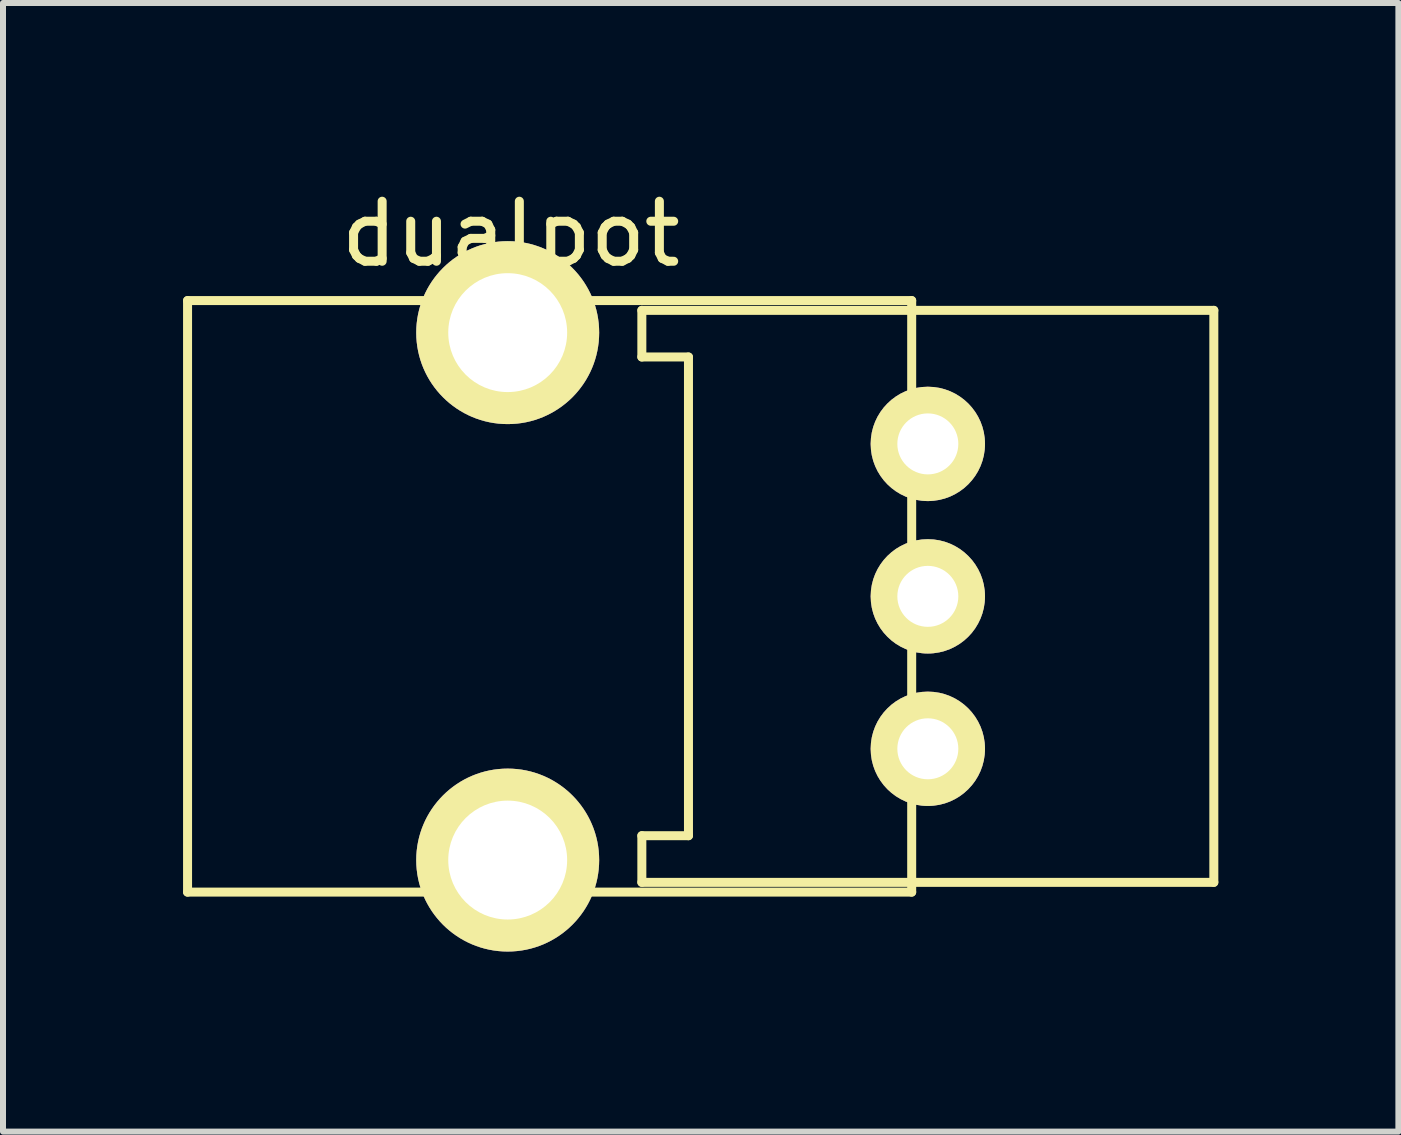
<source format=kicad_pcb>
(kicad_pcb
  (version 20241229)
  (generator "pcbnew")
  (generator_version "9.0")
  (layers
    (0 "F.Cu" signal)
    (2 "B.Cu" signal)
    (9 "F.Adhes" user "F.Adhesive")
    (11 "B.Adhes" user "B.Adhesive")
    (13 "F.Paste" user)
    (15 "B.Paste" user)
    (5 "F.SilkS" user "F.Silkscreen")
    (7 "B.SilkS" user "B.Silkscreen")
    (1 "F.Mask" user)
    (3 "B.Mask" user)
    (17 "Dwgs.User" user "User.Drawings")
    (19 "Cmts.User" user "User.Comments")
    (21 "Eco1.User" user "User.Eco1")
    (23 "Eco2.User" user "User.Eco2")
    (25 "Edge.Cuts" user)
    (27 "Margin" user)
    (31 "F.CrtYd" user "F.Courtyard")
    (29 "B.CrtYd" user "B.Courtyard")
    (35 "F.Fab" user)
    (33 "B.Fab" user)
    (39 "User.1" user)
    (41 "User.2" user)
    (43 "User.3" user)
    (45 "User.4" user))
  (footprint "dualpot"
    (layer "F.Cu")
    (at 5.409 6.886)
    (property "Reference" "dualpot" (at 0.051 -6.038 0) (layer "F.SilkS") (effects (font (size 1 1) (thickness 0.15))))
    (attr through_hole)
    (fp_line (start -5.334 -4.928) (end -5.334 4.928) (stroke (width 0.15) (type solid)) (layer "F.SilkS"))
    (fp_line (start 2.235 -4.765) (end 11.765 -4.765) (stroke (width 0.15) (type solid)) (layer "F.SilkS"))
    (fp_line (start 2.235 -3.988) (end 2.235 -4.765) (stroke (width 0.15) (type solid)) (layer "F.SilkS"))
    (fp_line (start 2.235 3.988) (end 3.012 3.988) (stroke (width 0.15) (type solid)) (layer "F.SilkS"))
    (fp_line (start 2.235 4.765) (end 2.235 3.988) (stroke (width 0.15) (type solid)) (layer "F.SilkS"))
    (fp_line (start 3.012 -3.988) (end 2.235 -3.988) (stroke (width 0.15) (type solid)) (layer "F.SilkS"))
    (fp_line (start 3.012 3.988) (end 3.012 -3.988) (stroke (width 0.15) (type solid)) (layer "F.SilkS"))
    (fp_line (start 6.731 -4.928) (end -5.334 -4.928) (stroke (width 0.15) (type solid)) (layer "F.SilkS"))
    (fp_line (start 6.731 4.928) (end -5.334 4.928) (stroke (width 0.15) (type solid)) (layer "F.SilkS"))
    (fp_line (start 6.731 4.928) (end 6.731 -4.928) (stroke (width 0.15) (type solid)) (layer "F.SilkS"))
    (fp_line (start 11.765 -4.765) (end 11.765 4.765) (stroke (width 0.15) (type solid)) (layer "F.SilkS"))
    (fp_line (start 11.765 4.765) (end 2.235 4.765) (stroke (width 0.15) (type solid)) (layer "F.SilkS"))
    (pad "" thru_hole circle (at 0 -4.394) (size 3.048 3.048) (drill 1.981) (layers "*.Cu" "*.Mask" "F.SilkS"))
    (pad "" thru_hole circle (at 0 4.394) (size 3.048 3.048) (drill 1.981) (layers "*.Cu" "*.Mask" "F.SilkS"))
    (pad "1" thru_hole circle (at 7 2.54) (size 1.905 1.905) (drill 1.016) (layers "*.Cu" "*.Mask" "F.SilkS"))
    (pad "2" thru_hole circle (at 7 0) (size 1.905 1.905) (drill 1.016) (layers "*.Cu" "*.Mask" "F.SilkS"))
    (pad "3" thru_hole circle (at 7 -2.54) (size 1.905 1.905) (drill 1.016) (layers "*.Cu" "*.Mask" "F.SilkS")))
  (gr_rect
    (start -3 -3)
    (end 20.249 15.804)
    (stroke (width 0.1) (type default))
    (fill no)
    (layer "Edge.Cuts")))
</source>
